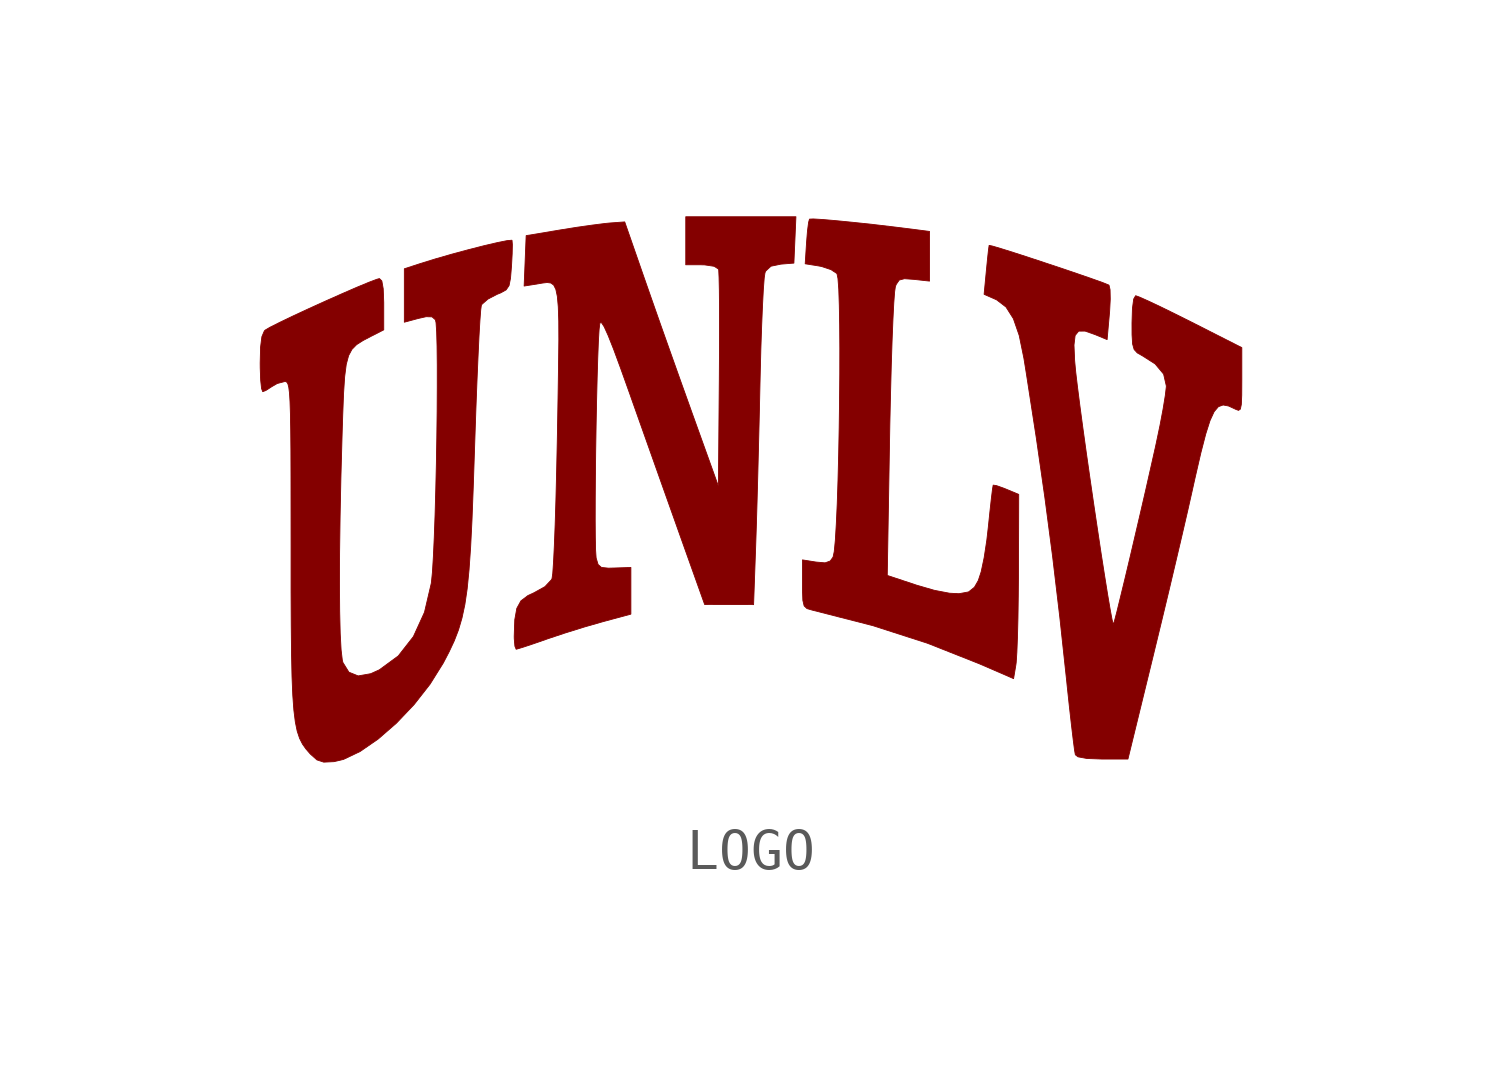
<source format=kicad_sym>
(kicad_symbol_lib
  (version 20210619)
  (generator bitmap2component)
  (symbol "LOGO"
    (pin_names
      (offset 1.016))
    (property "Reference" "#G"
      (at 0 6.646 0)
      (effects (font (size 1.27 1.27)) hide))
    (symbol "LOGO_0_0"
      (polyline (pts (xy -10.286 -6.668) (xy -10.053 -6.613) (xy -9.643 -6.418) (xy -9.199 -6.112) (xy -8.746 -5.718) (xy -8.309 -5.258) (xy -7.916 -4.756) (xy -7.591 -4.236) (xy -7.447 -3.96) (xy -7.32 -3.689) (xy -7.215 -3.417) (xy -7.129 -3.124) (xy -7.058 -2.793) (xy -7.001 -2.403) (xy -6.955 -1.938) (xy -6.916 -1.378) (xy -6.882 -0.704) (xy -6.851 0.102) (xy -6.819 1.058) (xy -6.811 1.298) (xy -6.786 2.03) (xy -6.76 2.705) (xy -6.734 3.307) (xy -6.71 3.814) (xy -6.687 4.209) (xy -6.667 4.473) (xy -6.652 4.587) (xy -6.634 4.616) (xy -6.489 4.742) (xy -6.269 4.857) (xy -6.17 4.897) (xy -6.04 4.97) (xy -5.968 5.075) (xy -5.932 5.257) (xy -5.907 5.562) (xy -5.907 5.564) (xy -5.891 5.861) (xy -5.886 6.086) (xy -5.895 6.191) (xy -5.901 6.194) (xy -6.017 6.184) (xy -6.256 6.136) (xy -6.586 6.059) (xy -6.973 5.96) (xy -7.384 5.849) (xy -7.787 5.733) (xy -8.149 5.621) (xy -8.551 5.49) (xy -8.551 4.172) (xy -8.208 4.264) (xy -8.014 4.308) (xy -7.868 4.304) (xy -7.784 4.231) (xy -7.769 4.16) (xy -7.754 3.934) (xy -7.744 3.579) (xy -7.739 3.119) (xy -7.739 2.575) (xy -7.742 1.971) (xy -7.75 1.331) (xy -7.761 0.677) (xy -7.776 0.032) (xy -7.793 -0.58) (xy -7.813 -1.137) (xy -7.835 -1.615) (xy -7.858 -1.992) (xy -7.883 -2.244) (xy -7.887 -2.271) (xy -8.054 -2.983) (xy -8.328 -3.583) (xy -8.701 -4.06) (xy -9.167 -4.402) (xy -9.379 -4.498) (xy -9.69 -4.553) (xy -9.918 -4.461) (xy -10.067 -4.221) (xy -10.081 -4.164) (xy -10.111 -3.91) (xy -10.133 -3.505) (xy -10.146 -2.962) (xy -10.151 -2.293) (xy -10.148 -1.513) (xy -10.136 -0.634) (xy -10.116 0.332) (xy -10.087 1.37) (xy -10.071 1.88) (xy -10.05 2.419) (xy -10.023 2.828) (xy -9.984 3.131) (xy -9.926 3.348) (xy -9.843 3.503) (xy -9.728 3.619) (xy -9.575 3.717) (xy -9.377 3.821) (xy -9.059 3.983) (xy -9.059 4.616) (xy -9.059 4.657) (xy -9.072 4.997) (xy -9.106 5.189) (xy -9.165 5.248) (xy -9.226 5.232) (xy -9.425 5.157) (xy -9.724 5.033) (xy -10.092 4.873) (xy -10.497 4.693) (xy -10.909 4.506) (xy -11.294 4.327) (xy -11.623 4.169) (xy -11.864 4.048) (xy -11.984 3.977) (xy -12.005 3.955) (xy -12.065 3.815) (xy -12.097 3.561) (xy -12.107 3.165) (xy -12.106 3.041) (xy -12.095 2.742) (xy -12.073 2.535) (xy -12.044 2.458) (xy -11.967 2.488) (xy -11.816 2.585) (xy -11.686 2.66) (xy -11.498 2.709) (xy -11.485 2.709) (xy -11.452 2.695) (xy -11.424 2.652) (xy -11.402 2.567) (xy -11.384 2.425) (xy -11.371 2.212) (xy -11.361 1.915) (xy -11.354 1.518) (xy -11.349 1.008) (xy -11.347 0.372) (xy -11.346 -0.406) (xy -11.345 -1.339) (xy -11.345 -1.481) (xy -11.345 -2.466) (xy -11.341 -3.299) (xy -11.334 -3.994) (xy -11.322 -4.566) (xy -11.303 -5.029) (xy -11.276 -5.398) (xy -11.24 -5.689) (xy -11.194 -5.915) (xy -11.135 -6.093) (xy -11.063 -6.235) (xy -10.977 -6.357) (xy -10.875 -6.474) (xy -10.871 -6.479) (xy -10.707 -6.625) (xy -10.539 -6.68) (xy -10.286 -6.668)) (stroke (width 0.01)) (fill (type outline)))
      (polyline (pts (xy 9.935 -4) (xy 9.958 -3.904) (xy 10.135 -3.175) (xy 10.314 -2.43) (xy 10.486 -1.703) (xy 10.644 -1.031) (xy 10.778 -0.452) (xy 10.88 0) (xy 10.957 0.346) (xy 11.097 0.951) (xy 11.216 1.411) (xy 11.322 1.744) (xy 11.424 1.965) (xy 11.529 2.088) (xy 11.645 2.13) (xy 11.78 2.105) (xy 11.944 2.029) (xy 11.953 2.024) (xy 12.026 1.997) (xy 12.071 2.028) (xy 12.095 2.143) (xy 12.105 2.373) (xy 12.107 2.743) (xy 12.107 3.545) (xy 10.843 4.186) (xy 10.531 4.342) (xy 10.139 4.535) (xy 9.816 4.688) (xy 9.59 4.789) (xy 9.488 4.826) (xy 9.488 4.826) (xy 9.44 4.744) (xy 9.409 4.512) (xy 9.398 4.151) (xy 9.399 3.862) (xy 9.413 3.634) (xy 9.451 3.499) (xy 9.528 3.415) (xy 9.656 3.342) (xy 9.968 3.143) (xy 10.178 2.892) (xy 10.245 2.599) (xy 10.244 2.574) (xy 10.219 2.361) (xy 10.165 2.03) (xy 10.088 1.623) (xy 9.995 1.181) (xy 9.97 1.066) (xy 9.859 0.574) (xy 9.736 0.03) (xy 9.604 -0.541) (xy 9.47 -1.115) (xy 9.34 -1.669) (xy 9.219 -2.177) (xy 9.112 -2.616) (xy 9.027 -2.963) (xy 8.967 -3.192) (xy 8.94 -3.28) (xy 8.936 -3.277) (xy 8.907 -3.167) (xy 8.86 -2.915) (xy 8.797 -2.545) (xy 8.722 -2.078) (xy 8.637 -1.536) (xy 8.547 -0.939) (xy 8.453 -0.309) (xy 8.36 0.331) (xy 8.27 0.96) (xy 8.187 1.558) (xy 8.114 2.101) (xy 8.054 2.57) (xy 8.01 2.941) (xy 7.986 3.194) (xy 7.983 3.228) (xy 7.967 3.609) (xy 7.995 3.844) (xy 8.082 3.952) (xy 8.241 3.953) (xy 8.488 3.866) (xy 8.784 3.743) (xy 8.841 4.381) (xy 8.846 4.436) (xy 8.862 4.743) (xy 8.857 4.974) (xy 8.831 5.084) (xy 8.816 5.093) (xy 8.679 5.148) (xy 8.424 5.239) (xy 8.084 5.357) (xy 7.688 5.492) (xy 7.267 5.632) (xy 6.853 5.769) (xy 6.476 5.891) (xy 6.167 5.988) (xy 5.956 6.05) (xy 5.874 6.067) (xy 5.874 6.066) (xy 5.86 5.97) (xy 5.836 5.752) (xy 5.807 5.457) (xy 5.75 4.86) (xy 6.029 4.737) (xy 6.061 4.722) (xy 6.29 4.546) (xy 6.472 4.26) (xy 6.616 3.845) (xy 6.732 3.28) (xy 6.795 2.888) (xy 7.037 1.323) (xy 7.249 -0.155) (xy 7.44 -1.61) (xy 7.617 -3.103) (xy 7.789 -4.699) (xy 7.798 -4.792) (xy 7.853 -5.306) (xy 7.904 -5.761) (xy 7.948 -6.13) (xy 7.981 -6.385) (xy 8.001 -6.498) (xy 8.066 -6.549) (xy 8.287 -6.59) (xy 8.668 -6.604) (xy 9.298 -6.604) (xy 9.935 -4)) (stroke (width 0.01)) (fill (type outline)))
      (polyline (pts (xy 6.534 -4.279) (xy 6.542 -4.217) (xy 6.558 -3.969) (xy 6.573 -3.594) (xy 6.585 -3.123) (xy 6.593 -2.583) (xy 6.598 -2.006) (xy 6.604 -0.076) (xy 6.298 0.052) (xy 6.236 0.077) (xy 6.056 0.141) (xy 5.974 0.153) (xy 5.974 0.153) (xy 5.958 0.06) (xy 5.93 -0.167) (xy 5.894 -0.494) (xy 5.853 -0.889) (xy 5.817 -1.204) (xy 5.751 -1.637) (xy 5.678 -1.983) (xy 5.606 -2.201) (xy 5.511 -2.366) (xy 5.367 -2.481) (xy 5.131 -2.525) (xy 4.896 -2.513) (xy 4.521 -2.441) (xy 4.081 -2.313) (xy 3.361 -2.074) (xy 3.42 1.381) (xy 3.425 1.667) (xy 3.442 2.408) (xy 3.46 3.096) (xy 3.48 3.711) (xy 3.501 4.233) (xy 3.522 4.644) (xy 3.543 4.924) (xy 3.562 5.054) (xy 3.584 5.107) (xy 3.657 5.212) (xy 3.785 5.245) (xy 4.024 5.228) (xy 4.403 5.186) (xy 4.403 6.411) (xy 3.916 6.474) (xy 3.52 6.523) (xy 3.019 6.582) (xy 2.542 6.633) (xy 2.116 6.675) (xy 1.772 6.705) (xy 1.538 6.719) (xy 1.443 6.715) (xy 1.421 6.636) (xy 1.394 6.43) (xy 1.371 6.147) (xy 1.337 5.613) (xy 1.673 5.559) (xy 1.732 5.548) (xy 1.968 5.471) (xy 2.119 5.373) (xy 2.12 5.372) (xy 2.145 5.251) (xy 2.165 4.984) (xy 2.178 4.593) (xy 2.187 4.101) (xy 2.191 3.53) (xy 2.19 2.901) (xy 2.184 2.239) (xy 2.175 1.564) (xy 2.162 0.9) (xy 2.146 0.268) (xy 2.127 -0.309) (xy 2.104 -0.809) (xy 2.08 -1.21) (xy 2.053 -1.488) (xy 2.024 -1.623) (xy 1.955 -1.718) (xy 1.828 -1.764) (xy 1.601 -1.744) (xy 1.27 -1.691) (xy 1.27 -2.283) (xy 1.27 -2.443) (xy 1.279 -2.69) (xy 1.311 -2.826) (xy 1.381 -2.892) (xy 1.503 -2.928) (xy 1.534 -2.936) (xy 2.997 -3.311) (xy 4.346 -3.745) (xy 5.63 -4.253) (xy 6.477 -4.62) (xy 6.534 -4.279)) (stroke (width 0.01)) (fill (type outline)))
      (polyline (pts (xy -5.771 -3.89) (xy -5.622 -3.845) (xy -5.369 -3.761) (xy -5.052 -3.651) (xy -5.043 -3.647) (xy -4.6 -3.499) (xy -4.105 -3.345) (xy -3.662 -3.218) (xy -2.963 -3.029) (xy -2.963 -1.878) (xy -3.363 -1.891) (xy -3.516 -1.895) (xy -3.689 -1.877) (xy -3.772 -1.805) (xy -3.818 -1.651) (xy -3.821 -1.635) (xy -3.833 -1.456) (xy -3.84 -1.14) (xy -3.843 -0.71) (xy -3.842 -0.194) (xy -3.838 0.384) (xy -3.831 0.998) (xy -3.821 1.621) (xy -3.809 2.229) (xy -3.795 2.796) (xy -3.78 3.296) (xy -3.764 3.704) (xy -3.747 3.994) (xy -3.729 4.14) (xy -3.723 4.157) (xy -3.686 4.159) (xy -3.622 4.06) (xy -3.525 3.847) (xy -3.39 3.507) (xy -3.214 3.03) (xy -2.99 2.404) (xy -2.954 2.301) (xy -2.711 1.616) (xy -2.447 0.872) (xy -2.182 0.125) (xy -1.934 -0.572) (xy -1.724 -1.163) (xy -1.143 -2.792) (xy 0.064 -2.794) (xy 0.116 -1.333) (xy 0.131 -0.881) (xy 0.149 -0.274) (xy 0.168 0.424) (xy 0.187 1.173) (xy 0.206 1.934) (xy 0.222 2.667) (xy 0.227 2.873) (xy 0.243 3.508) (xy 0.263 4.087) (xy 0.284 4.587) (xy 0.305 4.987) (xy 0.326 5.263) (xy 0.345 5.392) (xy 0.365 5.435) (xy 0.492 5.553) (xy 0.737 5.604) (xy 1.058 5.63) (xy 1.083 6.202) (xy 1.108 6.773) (xy -1.609 6.773) (xy -1.609 5.588) (xy -1.225 5.588) (xy -1.143 5.586) (xy -0.909 5.551) (xy -0.8 5.481) (xy -0.796 5.453) (xy -0.788 5.277) (xy -0.781 4.963) (xy -0.777 4.532) (xy -0.776 4.005) (xy -0.778 3.404) (xy -0.782 2.751) (xy -0.804 0.127) (xy -1.474 1.99) (xy -1.502 2.069) (xy -1.735 2.719) (xy -1.982 3.413) (xy -2.226 4.1) (xy -2.447 4.729) (xy -2.629 5.249) (xy -3.115 6.646) (xy -3.483 6.619) (xy -3.594 6.608) (xy -3.904 6.569) (xy -4.292 6.514) (xy -4.699 6.449) (xy -5.546 6.308) (xy -5.571 5.686) (xy -5.596 5.064) (xy -5.274 5.115) (xy -5.14 5.138) (xy -5.028 5.151) (xy -4.938 5.139) (xy -4.867 5.088) (xy -4.814 4.983) (xy -4.777 4.809) (xy -4.754 4.553) (xy -4.742 4.2) (xy -4.74 3.736) (xy -4.747 3.145) (xy -4.758 2.414) (xy -4.773 1.529) (xy -4.779 1.217) (xy -4.795 0.475) (xy -4.812 -0.211) (xy -4.831 -0.824) (xy -4.851 -1.343) (xy -4.871 -1.75) (xy -4.89 -2.026) (xy -4.908 -2.151) (xy -4.921 -2.179) (xy -5.084 -2.352) (xy -5.362 -2.506) (xy -5.503 -2.571) (xy -5.675 -2.701) (xy -5.777 -2.887) (xy -5.827 -3.167) (xy -5.841 -3.577) (xy -5.84 -3.634) (xy -5.824 -3.82) (xy -5.793 -3.895) (xy -5.771 -3.89)) (stroke (width 0.01)) (fill (type outline))))))
</source>
